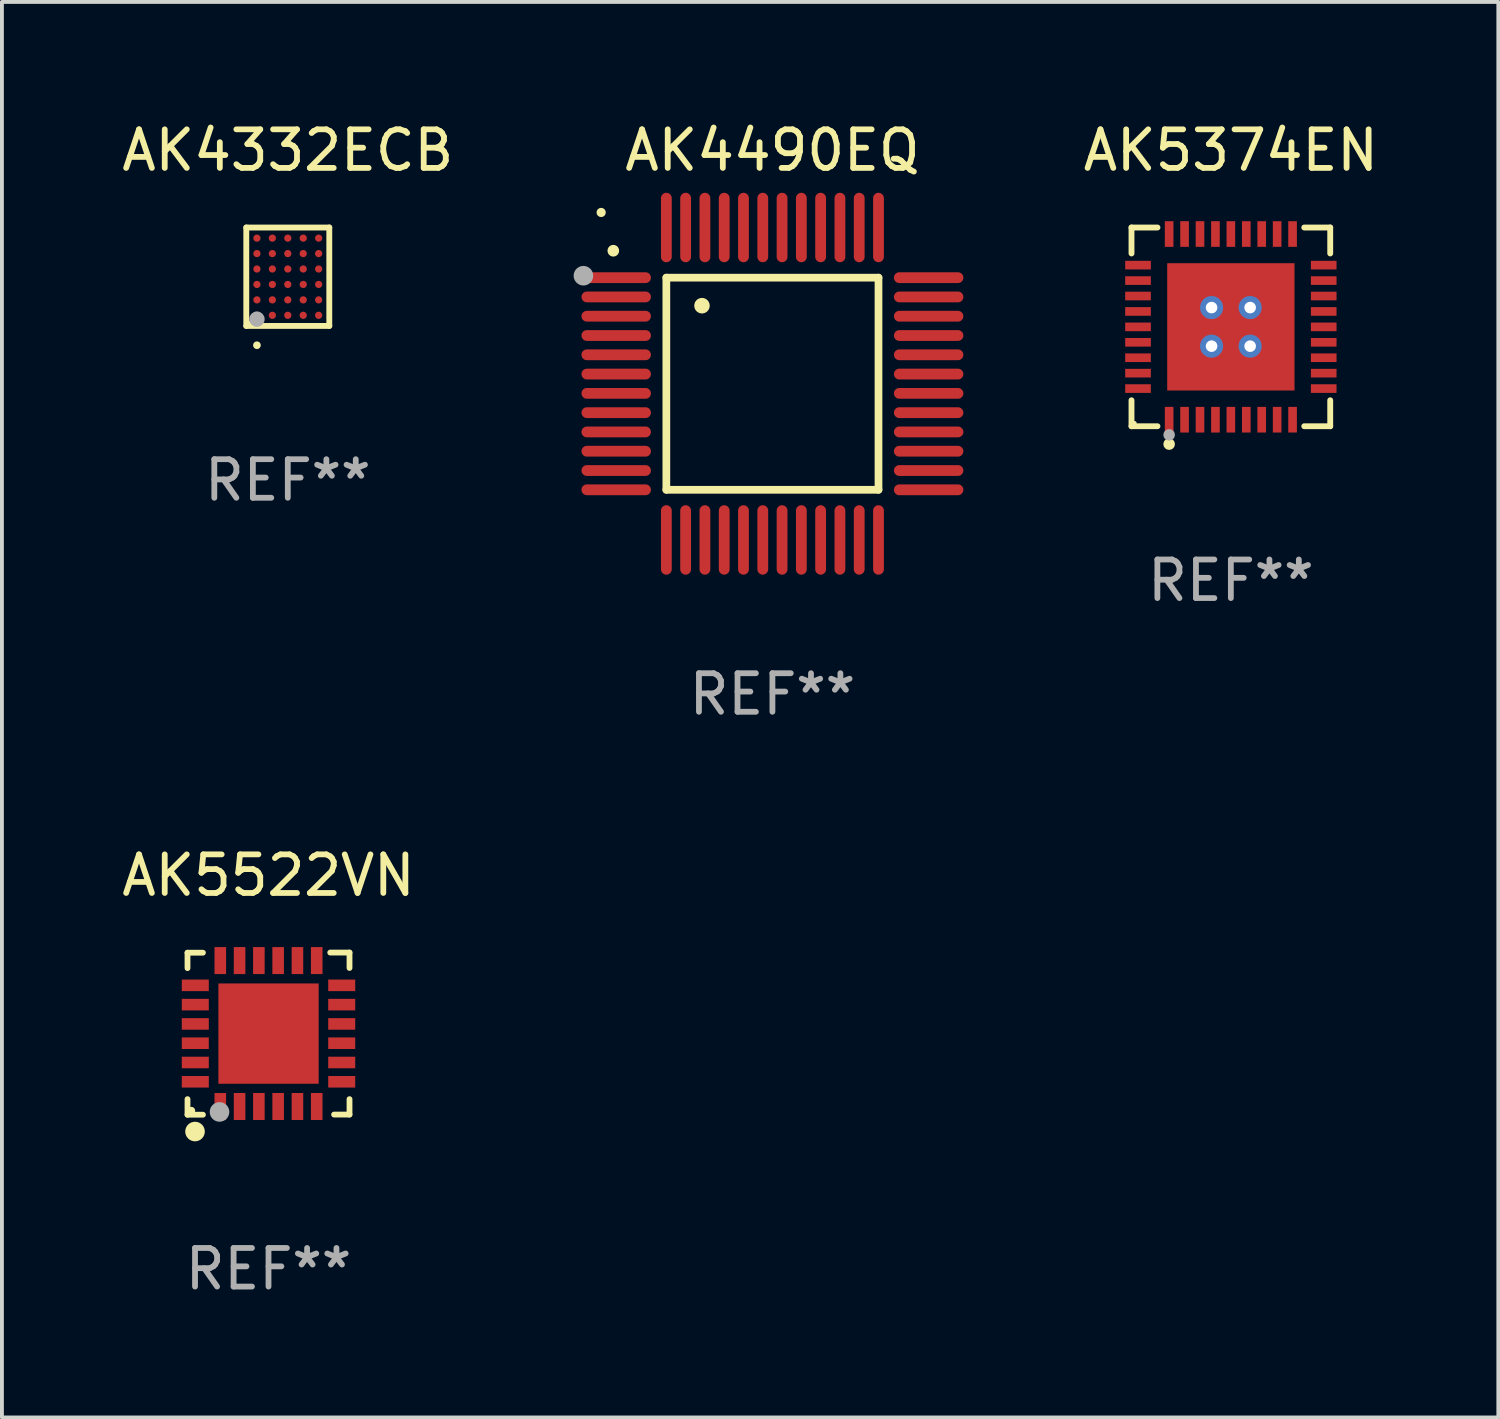
<source format=kicad_pcb>
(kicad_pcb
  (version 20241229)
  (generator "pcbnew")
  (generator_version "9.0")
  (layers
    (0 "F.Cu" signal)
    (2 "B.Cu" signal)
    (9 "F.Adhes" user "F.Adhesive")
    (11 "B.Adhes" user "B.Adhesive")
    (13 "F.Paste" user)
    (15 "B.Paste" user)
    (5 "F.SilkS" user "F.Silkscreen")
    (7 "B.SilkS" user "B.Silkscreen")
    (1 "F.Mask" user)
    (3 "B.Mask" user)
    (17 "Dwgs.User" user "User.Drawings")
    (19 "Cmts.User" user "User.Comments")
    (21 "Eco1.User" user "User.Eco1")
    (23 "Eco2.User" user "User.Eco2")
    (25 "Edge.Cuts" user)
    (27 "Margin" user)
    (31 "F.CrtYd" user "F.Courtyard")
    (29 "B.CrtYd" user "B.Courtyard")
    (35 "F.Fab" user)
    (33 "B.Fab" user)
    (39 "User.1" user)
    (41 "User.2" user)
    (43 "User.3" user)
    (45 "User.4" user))
  (footprint "AK5522VN"
    (layer "F.Cu")
    (at 3.911 23.747)
    (property "Reference" "AK5522VN" (at 0 -4.102 0) (layer "F.SilkS") (effects (font (size 1 1) (thickness 0.15))))
    (attr through_hole)
    (fp_line (start -2.1 -2.098) (end -1.7 -2.098) (stroke (width 0.15) (type solid)) (layer "F.SilkS"))
    (fp_line (start -2.1 -1.698) (end -2.1 -2.098) (stroke (width 0.15) (type solid)) (layer "F.SilkS"))
    (fp_line (start -2.1 2.102) (end -2.1 1.698) (stroke (width 0.15) (type solid)) (layer "F.SilkS"))
    (fp_line (start -1.7 2.102) (end -2.1 2.102) (stroke (width 0.15) (type solid)) (layer "F.SilkS"))
    (fp_line (start 1.6 -2.102) (end 2.1 -2.102) (stroke (width 0.15) (type solid)) (layer "F.SilkS"))
    (fp_line (start 1.7 2.098) (end 2.1 2.098) (stroke (width 0.15) (type solid)) (layer "F.SilkS"))
    (fp_line (start 2.1 -2.102) (end 2.1 -1.702) (stroke (width 0.15) (type solid)) (layer "F.SilkS"))
    (fp_line (start 2.1 2.098) (end 2.1 1.698) (stroke (width 0.15) (type solid)) (layer "F.SilkS"))
    (fp_circle (center -2 1.998) (end -1.95 1.998) (stroke (width 0.1) (type solid)) (fill no) (layer "F.SilkS"))
    (fp_circle (center -1.905 2.538) (end -1.778 2.538) (stroke (width 0.254) (type solid)) (fill no) (layer "F.SilkS"))
    (fp_circle (center -1.27 2.03) (end -1.143 2.03) (stroke (width 0.254) (type solid)) (fill no) (layer "F.Fab"))
    (fp_text user "REF**" (at 0 6.102 0) (layer "F.Fab") (effects (font (size 1 1) (thickness 0.15))))
    (pad "1" smd rect (at -1.25 1.89 180) (size 0.3 0.7) (layers "F.Cu" "F.Mask" "F.Paste"))
    (pad "2" smd rect (at -0.75 1.889 180) (size 0.3 0.7) (layers "F.Cu" "F.Mask" "F.Paste"))
    (pad "3" smd rect (at -0.25 1.889 180) (size 0.3 0.7) (layers "F.Cu" "F.Mask" "F.Paste"))
    (pad "4" smd rect (at 0.25 1.889 180) (size 0.3 0.7) (layers "F.Cu" "F.Mask" "F.Paste"))
    (pad "5" smd rect (at 0.75 1.889 180) (size 0.3 0.7) (layers "F.Cu" "F.Mask" "F.Paste"))
    (pad "6" smd rect (at 1.25 1.889 180) (size 0.3 0.7) (layers "F.Cu" "F.Mask" "F.Paste"))
    (pad "7" smd rect (at 1.898 1.248 270) (size 0.3 0.7) (layers "F.Cu" "F.Mask" "F.Paste"))
    (pad "8" smd rect (at 1.898 0.748 270) (size 0.3 0.7) (layers "F.Cu" "F.Mask" "F.Paste"))
    (pad "9" smd rect (at 1.898 0.248 270) (size 0.3 0.7) (layers "F.Cu" "F.Mask" "F.Paste"))
    (pad "10" smd rect (at 1.898 -0.252 270) (size 0.3 0.7) (layers "F.Cu" "F.Mask" "F.Paste"))
    (pad "11" smd rect (at 1.898 -0.752 270) (size 0.3 0.7) (layers "F.Cu" "F.Mask" "F.Paste"))
    (pad "12" smd rect (at 1.898 -1.252 270) (size 0.3 0.7) (layers "F.Cu" "F.Mask" "F.Paste"))
    (pad "13" smd rect (at 1.25 -1.894) (size 0.3 0.7) (layers "F.Cu" "F.Mask" "F.Paste"))
    (pad "14" smd rect (at 0.75 -1.894) (size 0.3 0.7) (layers "F.Cu" "F.Mask" "F.Paste"))
    (pad "15" smd rect (at 0.25 -1.894) (size 0.3 0.7) (layers "F.Cu" "F.Mask" "F.Paste"))
    (pad "16" smd rect (at -0.25 -1.894) (size 0.3 0.7) (layers "F.Cu" "F.Mask" "F.Paste"))
    (pad "17" smd rect (at -0.75 -1.894) (size 0.3 0.7) (layers "F.Cu" "F.Mask" "F.Paste"))
    (pad "18" smd rect (at -1.25 -1.894) (size 0.3 0.7) (layers "F.Cu" "F.Mask" "F.Paste"))
    (pad "19" smd rect (at -1.898 -1.252 90) (size 0.3 0.7) (layers "F.Cu" "F.Mask" "F.Paste"))
    (pad "20" smd rect (at -1.898 -0.752 90) (size 0.3 0.7) (layers "F.Cu" "F.Mask" "F.Paste"))
    (pad "21" smd rect (at -1.898 -0.252 90) (size 0.3 0.7) (layers "F.Cu" "F.Mask" "F.Paste"))
    (pad "22" smd rect (at -1.898 0.248 90) (size 0.3 0.7) (layers "F.Cu" "F.Mask" "F.Paste"))
    (pad "23" smd rect (at -1.898 0.748 90) (size 0.3 0.7) (layers "F.Cu" "F.Mask" "F.Paste"))
    (pad "24" smd rect (at -1.898 1.248 90) (size 0.3 0.7) (layers "F.Cu" "F.Mask" "F.Paste"))
    (pad "25" smd rect (at 0.001 -0.001 90) (size 2.6 2.6) (layers "F.Cu" "F.Mask" "F.Paste")))
  (footprint "AK4332ECB"
    (layer "F.Cu")
    (at 4.411 4.124)
    (property "Reference" "AK4332ECB" (at 0 -3.276 0) (layer "F.SilkS") (effects (font (size 1 1) (thickness 0.15))))
    (attr through_hole)
    (fp_line (start -1.076 -1.276) (end 1.076 -1.276) (stroke (width 0.152) (type solid)) (layer "F.SilkS"))
    (fp_line (start -1.076 1.276) (end -1.076 -1.276) (stroke (width 0.152) (type solid)) (layer "F.SilkS"))
    (fp_line (start 1.076 -1.276) (end 1.076 1.276) (stroke (width 0.152) (type solid)) (layer "F.SilkS"))
    (fp_line (start 1.076 1.276) (end -1.076 1.276) (stroke (width 0.152) (type solid)) (layer "F.SilkS"))
    (fp_circle (center -1 1.2) (end -0.97 1.2) (stroke (width 0.06) (type solid)) (fill no) (layer "F.SilkS"))
    (fp_circle (center -0.8 1.776) (end -0.75 1.776) (stroke (width 0.1) (type solid)) (fill no) (layer "F.SilkS"))
    (fp_circle (center -0.8 1.1) (end -0.7 1.1) (stroke (width 0.2) (type solid)) (fill no) (layer "F.Fab"))
    (fp_text user "REF**" (at 0 5.276 0) (layer "F.Fab") (effects (font (size 1 1) (thickness 0.15))))
    (pad "A1" smd circle (at -0.8 1) (size 0.188 0.188) (layers "F.Cu" "F.Mask" "F.Paste"))
    (pad "A2" smd circle (at -0.8 0.6) (size 0.188 0.188) (layers "F.Cu" "F.Mask" "F.Paste"))
    (pad "A3" smd circle (at -0.8 0.2) (size 0.188 0.188) (layers "F.Cu" "F.Mask" "F.Paste"))
    (pad "A4" smd circle (at -0.8 -0.2) (size 0.188 0.188) (layers "F.Cu" "F.Mask" "F.Paste"))
    (pad "A5" smd circle (at -0.8 -0.6) (size 0.188 0.188) (layers "F.Cu" "F.Mask" "F.Paste"))
    (pad "A6" smd circle (at -0.8 -1) (size 0.188 0.188) (layers "F.Cu" "F.Mask" "F.Paste"))
    (pad "B1" smd circle (at -0.4 1) (size 0.188 0.188) (layers "F.Cu" "F.Mask" "F.Paste"))
    (pad "B2" smd circle (at -0.4 0.6) (size 0.188 0.188) (layers "F.Cu" "F.Mask" "F.Paste"))
    (pad "B3" smd circle (at -0.4 0.2) (size 0.188 0.188) (layers "F.Cu" "F.Mask" "F.Paste"))
    (pad "B4" smd circle (at -0.4 -0.2) (size 0.188 0.188) (layers "F.Cu" "F.Mask" "F.Paste"))
    (pad "B5" smd circle (at -0.4 -0.6) (size 0.188 0.188) (layers "F.Cu" "F.Mask" "F.Paste"))
    (pad "B6" smd circle (at -0.4 -1) (size 0.188 0.188) (layers "F.Cu" "F.Mask" "F.Paste"))
    (pad "C1" smd circle (at 0 1) (size 0.188 0.188) (layers "F.Cu" "F.Mask" "F.Paste"))
    (pad "C2" smd circle (at 0 0.6) (size 0.188 0.188) (layers "F.Cu" "F.Mask" "F.Paste"))
    (pad "C3" smd circle (at 0 0.2) (size 0.188 0.188) (layers "F.Cu" "F.Mask" "F.Paste"))
    (pad "C4" smd circle (at 0 -0.2) (size 0.188 0.188) (layers "F.Cu" "F.Mask" "F.Paste"))
    (pad "C5" smd circle (at 0 -0.6) (size 0.188 0.188) (layers "F.Cu" "F.Mask" "F.Paste"))
    (pad "C6" smd circle (at 0 -1) (size 0.188 0.188) (layers "F.Cu" "F.Mask" "F.Paste"))
    (pad "D1" smd circle (at 0.4 1) (size 0.188 0.188) (layers "F.Cu" "F.Mask" "F.Paste"))
    (pad "D2" smd circle (at 0.4 0.6) (size 0.188 0.188) (layers "F.Cu" "F.Mask" "F.Paste"))
    (pad "D3" smd circle (at 0.4 0.2) (size 0.188 0.188) (layers "F.Cu" "F.Mask" "F.Paste"))
    (pad "D4" smd circle (at 0.4 -0.2) (size 0.188 0.188) (layers "F.Cu" "F.Mask" "F.Paste"))
    (pad "D5" smd circle (at 0.4 -0.6) (size 0.188 0.188) (layers "F.Cu" "F.Mask" "F.Paste"))
    (pad "D6" smd circle (at 0.4 -1) (size 0.188 0.188) (layers "F.Cu" "F.Mask" "F.Paste"))
    (pad "E1" smd circle (at 0.8 1) (size 0.188 0.188) (layers "F.Cu" "F.Mask" "F.Paste"))
    (pad "E2" smd circle (at 0.8 0.6) (size 0.188 0.188) (layers "F.Cu" "F.Mask" "F.Paste"))
    (pad "E3" smd circle (at 0.8 0.2) (size 0.188 0.188) (layers "F.Cu" "F.Mask" "F.Paste"))
    (pad "E4" smd circle (at 0.8 -0.2) (size 0.188 0.188) (layers "F.Cu" "F.Mask" "F.Paste"))
    (pad "E5" smd circle (at 0.8 -0.6) (size 0.188 0.188) (layers "F.Cu" "F.Mask" "F.Paste"))
    (pad "E6" smd circle (at 0.8 -1) (size 0.188 0.188) (layers "F.Cu" "F.Mask" "F.Paste")))
  (footprint "AK4490EQ"
    (layer "F.Cu")
    (at 16.975 6.898)
    (property "Reference" "AK4490EQ" (at 0 -6.05 0) (layer "F.SilkS") (effects (font (size 1 1) (thickness 0.15))))
    (attr through_hole)
    (fp_line (start -2.75 -2.75) (end 2.75 -2.75) (stroke (width 0.2) (type solid)) (layer "F.SilkS"))
    (fp_line (start -2.75 2.75) (end -2.75 -2.75) (stroke (width 0.2) (type solid)) (layer "F.SilkS"))
    (fp_line (start 2.75 -2.75) (end 2.75 2.75) (stroke (width 0.2) (type solid)) (layer "F.SilkS"))
    (fp_line (start 2.75 2.75) (end -2.75 2.75) (stroke (width 0.2) (type solid)) (layer "F.SilkS"))
    (fp_arc (start -4.124968 -3.446787) (mid -4.124973 -3.448057) (end -4.124968 -3.449327) (stroke (width 0.3) (type solid)) (layer "F.SilkS"))
    (fp_arc (start -1.826264 -2.021844) (mid -1.826268 -2.023114) (end -1.826264 -2.024384) (stroke (width 0.4) (type solid)) (layer "F.SilkS"))
    (fp_circle (center -4.44 -4.44) (end -4.38 -4.44) (stroke (width 0.12) (type solid)) (fill no) (layer "F.SilkS"))
    (fp_circle (center -4.9 -2.8) (end -4.773 -2.8) (stroke (width 0.254) (type solid)) (fill no) (layer "F.Fab"))
    (fp_text user "REF**" (at 0 8.05 0) (layer "F.Fab") (effects (font (size 1 1) (thickness 0.15))))
    (pad "1" smd oval (at -4.05 -2.75 90) (size 0.28 1.8) (layers "F.Cu" "F.Mask" "F.Paste"))
    (pad "2" smd oval (at -4.05 -2.25 90) (size 0.28 1.8) (layers "F.Cu" "F.Mask" "F.Paste"))
    (pad "3" smd oval (at -4.05 -1.75 90) (size 0.28 1.8) (layers "F.Cu" "F.Mask" "F.Paste"))
    (pad "4" smd oval (at -4.05 -1.25 90) (size 0.28 1.8) (layers "F.Cu" "F.Mask" "F.Paste"))
    (pad "5" smd oval (at -4.05 -0.75 90) (size 0.28 1.8) (layers "F.Cu" "F.Mask" "F.Paste"))
    (pad "6" smd oval (at -4.05 -0.25 90) (size 0.28 1.8) (layers "F.Cu" "F.Mask" "F.Paste"))
    (pad "7" smd oval (at -4.05 0.25 90) (size 0.28 1.8) (layers "F.Cu" "F.Mask" "F.Paste"))
    (pad "8" smd oval (at -4.05 0.75 90) (size 0.28 1.8) (layers "F.Cu" "F.Mask" "F.Paste"))
    (pad "9" smd oval (at -4.05 1.25 90) (size 0.28 1.8) (layers "F.Cu" "F.Mask" "F.Paste"))
    (pad "10" smd oval (at -4.05 1.75 90) (size 0.28 1.8) (layers "F.Cu" "F.Mask" "F.Paste"))
    (pad "11" smd oval (at -4.05 2.25 90) (size 0.28 1.8) (layers "F.Cu" "F.Mask" "F.Paste"))
    (pad "12" smd oval (at -4.05 2.75 90) (size 0.28 1.8) (layers "F.Cu" "F.Mask" "F.Paste"))
    (pad "13" smd oval (at -2.75 4.05) (size 0.28 1.8) (layers "F.Cu" "F.Mask" "F.Paste"))
    (pad "14" smd oval (at -2.25 4.05) (size 0.28 1.8) (layers "F.Cu" "F.Mask" "F.Paste"))
    (pad "15" smd oval (at -1.75 4.05) (size 0.28 1.8) (layers "F.Cu" "F.Mask" "F.Paste"))
    (pad "16" smd oval (at -1.25 4.05) (size 0.28 1.8) (layers "F.Cu" "F.Mask" "F.Paste"))
    (pad "17" smd oval (at -0.75 4.05) (size 0.28 1.8) (layers "F.Cu" "F.Mask" "F.Paste"))
    (pad "18" smd oval (at -0.25 4.05) (size 0.28 1.8) (layers "F.Cu" "F.Mask" "F.Paste"))
    (pad "19" smd oval (at 0.25 4.05) (size 0.28 1.8) (layers "F.Cu" "F.Mask" "F.Paste"))
    (pad "20" smd oval (at 0.75 4.05) (size 0.28 1.8) (layers "F.Cu" "F.Mask" "F.Paste"))
    (pad "21" smd oval (at 1.25 4.05) (size 0.28 1.8) (layers "F.Cu" "F.Mask" "F.Paste"))
    (pad "22" smd oval (at 1.75 4.05) (size 0.28 1.8) (layers "F.Cu" "F.Mask" "F.Paste"))
    (pad "23" smd oval (at 2.25 4.05) (size 0.28 1.8) (layers "F.Cu" "F.Mask" "F.Paste"))
    (pad "24" smd oval (at 2.75 4.05) (size 0.28 1.8) (layers "F.Cu" "F.Mask" "F.Paste"))
    (pad "25" smd oval (at 4.05 2.75 90) (size 0.28 1.8) (layers "F.Cu" "F.Mask" "F.Paste"))
    (pad "26" smd oval (at 4.05 2.25 90) (size 0.28 1.8) (layers "F.Cu" "F.Mask" "F.Paste"))
    (pad "27" smd oval (at 4.05 1.75 90) (size 0.28 1.8) (layers "F.Cu" "F.Mask" "F.Paste"))
    (pad "28" smd oval (at 4.05 1.25 90) (size 0.28 1.8) (layers "F.Cu" "F.Mask" "F.Paste"))
    (pad "29" smd oval (at 4.05 0.75 90) (size 0.28 1.8) (layers "F.Cu" "F.Mask" "F.Paste"))
    (pad "30" smd oval (at 4.05 0.25 90) (size 0.28 1.8) (layers "F.Cu" "F.Mask" "F.Paste"))
    (pad "31" smd oval (at 4.05 -0.25 90) (size 0.28 1.8) (layers "F.Cu" "F.Mask" "F.Paste"))
    (pad "32" smd oval (at 4.05 -0.75 90) (size 0.28 1.8) (layers "F.Cu" "F.Mask" "F.Paste"))
    (pad "33" smd oval (at 4.05 -1.25 90) (size 0.28 1.8) (layers "F.Cu" "F.Mask" "F.Paste"))
    (pad "34" smd oval (at 4.05 -1.75 90) (size 0.28 1.8) (layers "F.Cu" "F.Mask" "F.Paste"))
    (pad "35" smd oval (at 4.05 -2.25 90) (size 0.28 1.8) (layers "F.Cu" "F.Mask" "F.Paste"))
    (pad "36" smd oval (at 4.05 -2.75 90) (size 0.28 1.8) (layers "F.Cu" "F.Mask" "F.Paste"))
    (pad "37" smd oval (at 2.75 -4.05) (size 0.28 1.8) (layers "F.Cu" "F.Mask" "F.Paste"))
    (pad "38" smd oval (at 2.25 -4.05) (size 0.28 1.8) (layers "F.Cu" "F.Mask" "F.Paste"))
    (pad "39" smd oval (at 1.75 -4.05) (size 0.28 1.8) (layers "F.Cu" "F.Mask" "F.Paste"))
    (pad "40" smd oval (at 1.25 -4.05) (size 0.28 1.8) (layers "F.Cu" "F.Mask" "F.Paste"))
    (pad "41" smd oval (at 0.75 -4.05) (size 0.28 1.8) (layers "F.Cu" "F.Mask" "F.Paste"))
    (pad "42" smd oval (at 0.25 -4.05) (size 0.28 1.8) (layers "F.Cu" "F.Mask" "F.Paste"))
    (pad "43" smd oval (at -0.25 -4.05) (size 0.28 1.8) (layers "F.Cu" "F.Mask" "F.Paste"))
    (pad "44" smd oval (at -0.75 -4.05) (size 0.28 1.8) (layers "F.Cu" "F.Mask" "F.Paste"))
    (pad "45" smd oval (at -1.25 -4.05) (size 0.28 1.8) (layers "F.Cu" "F.Mask" "F.Paste"))
    (pad "46" smd oval (at -1.75 -4.05) (size 0.28 1.8) (layers "F.Cu" "F.Mask" "F.Paste"))
    (pad "47" smd oval (at -2.25 -4.05) (size 0.28 1.8) (layers "F.Cu" "F.Mask" "F.Paste"))
    (pad "48" smd oval (at -2.75 -4.05) (size 0.28 1.8) (layers "F.Cu" "F.Mask" "F.Paste")))
  (footprint "AK5374EN"
    (layer "F.Cu")
    (at 28.86 5.424)
    (property "Reference" "AK5374EN" (at 0 -4.576 0) (layer "F.SilkS") (effects (font (size 1 1) (thickness 0.15))))
    (attr through_hole)
    (fp_line (start -2.576 -2.576) (end -1.903 -2.576) (stroke (width 0.152) (type solid)) (layer "F.SilkS"))
    (fp_line (start -2.576 -1.903) (end -2.576 -2.576) (stroke (width 0.152) (type solid)) (layer "F.SilkS"))
    (fp_line (start -2.576 1.903) (end -2.576 2.576) (stroke (width 0.152) (type solid)) (layer "F.SilkS"))
    (fp_line (start -2.576 2.576) (end -1.903 2.576) (stroke (width 0.152) (type solid)) (layer "F.SilkS"))
    (fp_line (start 2.576 -2.576) (end 1.903 -2.576) (stroke (width 0.152) (type solid)) (layer "F.SilkS"))
    (fp_line (start 2.576 -1.903) (end 2.576 -2.576) (stroke (width 0.152) (type solid)) (layer "F.SilkS"))
    (fp_line (start 2.576 1.903) (end 2.576 2.576) (stroke (width 0.152) (type solid)) (layer "F.SilkS"))
    (fp_line (start 2.576 2.576) (end 1.903 2.576) (stroke (width 0.152) (type solid)) (layer "F.SilkS"))
    (fp_circle (center -2.5 2.5) (end -2.47 2.5) (stroke (width 0.06) (type solid)) (fill no) (layer "F.SilkS"))
    (fp_circle (center -1.6 3.04) (end -1.525 3.04) (stroke (width 0.15) (type solid)) (fill no) (layer "F.SilkS"))
    (fp_circle (center -1.6 2.8) (end -1.525 2.8) (stroke (width 0.15) (type solid)) (fill no) (layer "F.Fab"))
    (fp_text user "REF**" (at 0 6.576 0) (layer "F.Fab") (effects (font (size 1 1) (thickness 0.15))))
    (pad "1" smd rect (at -1.6 2.407) (size 0.224 0.665) (layers "F.Cu" "F.Mask" "F.Paste"))
    (pad "2" smd rect (at -1.2 2.407) (size 0.224 0.665) (layers "F.Cu" "F.Mask" "F.Paste"))
    (pad "3" smd rect (at -0.8 2.407) (size 0.224 0.665) (layers "F.Cu" "F.Mask" "F.Paste"))
    (pad "4" smd rect (at -0.4 2.407) (size 0.224 0.665) (layers "F.Cu" "F.Mask" "F.Paste"))
    (pad "5" smd rect (at 0 2.407) (size 0.224 0.665) (layers "F.Cu" "F.Mask" "F.Paste"))
    (pad "6" smd rect (at 0.4 2.407) (size 0.224 0.665) (layers "F.Cu" "F.Mask" "F.Paste"))
    (pad "7" smd rect (at 0.8 2.407) (size 0.224 0.665) (layers "F.Cu" "F.Mask" "F.Paste"))
    (pad "8" smd rect (at 1.2 2.407) (size 0.224 0.665) (layers "F.Cu" "F.Mask" "F.Paste"))
    (pad "9" smd rect (at 1.6 2.407) (size 0.224 0.665) (layers "F.Cu" "F.Mask" "F.Paste"))
    (pad "10" smd rect (at 2.407 1.6) (size 0.665 0.224) (layers "F.Cu" "F.Mask" "F.Paste"))
    (pad "11" smd rect (at 2.407 1.2) (size 0.665 0.224) (layers "F.Cu" "F.Mask" "F.Paste"))
    (pad "12" smd rect (at 2.407 0.8) (size 0.665 0.224) (layers "F.Cu" "F.Mask" "F.Paste"))
    (pad "13" smd rect (at 2.407 0.4) (size 0.665 0.224) (layers "F.Cu" "F.Mask" "F.Paste"))
    (pad "14" smd rect (at 2.407 0) (size 0.665 0.224) (layers "F.Cu" "F.Mask" "F.Paste"))
    (pad "15" smd rect (at 2.407 -0.4) (size 0.665 0.224) (layers "F.Cu" "F.Mask" "F.Paste"))
    (pad "16" smd rect (at 2.407 -0.8) (size 0.665 0.224) (layers "F.Cu" "F.Mask" "F.Paste"))
    (pad "17" smd rect (at 2.407 -1.2) (size 0.665 0.224) (layers "F.Cu" "F.Mask" "F.Paste"))
    (pad "18" smd rect (at 2.407 -1.6) (size 0.665 0.224) (layers "F.Cu" "F.Mask" "F.Paste"))
    (pad "19" smd rect (at 1.6 -2.407) (size 0.224 0.665) (layers "F.Cu" "F.Mask" "F.Paste"))
    (pad "20" smd rect (at 1.2 -2.407) (size 0.224 0.665) (layers "F.Cu" "F.Mask" "F.Paste"))
    (pad "21" smd rect (at 0.8 -2.407) (size 0.224 0.665) (layers "F.Cu" "F.Mask" "F.Paste"))
    (pad "22" smd rect (at 0.4 -2.407) (size 0.224 0.665) (layers "F.Cu" "F.Mask" "F.Paste"))
    (pad "23" smd rect (at 0 -2.407) (size 0.224 0.665) (layers "F.Cu" "F.Mask" "F.Paste"))
    (pad "24" smd rect (at -0.4 -2.407) (size 0.224 0.665) (layers "F.Cu" "F.Mask" "F.Paste"))
    (pad "25" smd rect (at -0.8 -2.407) (size 0.224 0.665) (layers "F.Cu" "F.Mask" "F.Paste"))
    (pad "26" smd rect (at -1.2 -2.407) (size 0.224 0.665) (layers "F.Cu" "F.Mask" "F.Paste"))
    (pad "27" smd rect (at -1.6 -2.407) (size 0.224 0.665) (layers "F.Cu" "F.Mask" "F.Paste"))
    (pad "28" smd rect (at -2.407 -1.6) (size 0.665 0.224) (layers "F.Cu" "F.Mask" "F.Paste"))
    (pad "29" smd rect (at -2.407 -1.2) (size 0.665 0.224) (layers "F.Cu" "F.Mask" "F.Paste"))
    (pad "30" smd rect (at -2.407 -0.8) (size 0.665 0.224) (layers "F.Cu" "F.Mask" "F.Paste"))
    (pad "31" smd rect (at -2.407 -0.4) (size 0.665 0.224) (layers "F.Cu" "F.Mask" "F.Paste"))
    (pad "32" smd rect (at -2.407 0) (size 0.665 0.224) (layers "F.Cu" "F.Mask" "F.Paste"))
    (pad "33" smd rect (at -2.407 0.4) (size 0.665 0.224) (layers "F.Cu" "F.Mask" "F.Paste"))
    (pad "34" smd rect (at -2.407 0.8) (size 0.665 0.224) (layers "F.Cu" "F.Mask" "F.Paste"))
    (pad "35" smd rect (at -2.407 1.2) (size 0.665 0.224) (layers "F.Cu" "F.Mask" "F.Paste"))
    (pad "36" smd rect (at -2.407 1.6) (size 0.665 0.224) (layers "F.Cu" "F.Mask" "F.Paste"))
    (pad "37" thru_hole circle (at -0.5 -0.5) (size 0.6 0.6) (drill 0.3) (layers "*.Cu" "*.Mask"))
    (pad "37" thru_hole circle (at -0.5 0.5) (size 0.6 0.6) (drill 0.3) (layers "*.Cu" "*.Mask"))
    (pad "37" smd rect (at 0 0) (size 3.3 3.3) (layers "F.Cu" "F.Mask" "F.Paste"))
    (pad "37" thru_hole circle (at 0.5 -0.5) (size 0.6 0.6) (drill 0.3) (layers "*.Cu" "*.Mask"))
    (pad "37" thru_hole circle (at 0.5 0.5) (size 0.6 0.6) (drill 0.3) (layers "*.Cu" "*.Mask")))
  (gr_rect
    (start -3 -3)
    (end 35.794 33.697)
    (stroke (width 0.1) (type default))
    (fill no)
    (layer "Edge.Cuts")))
</source>
